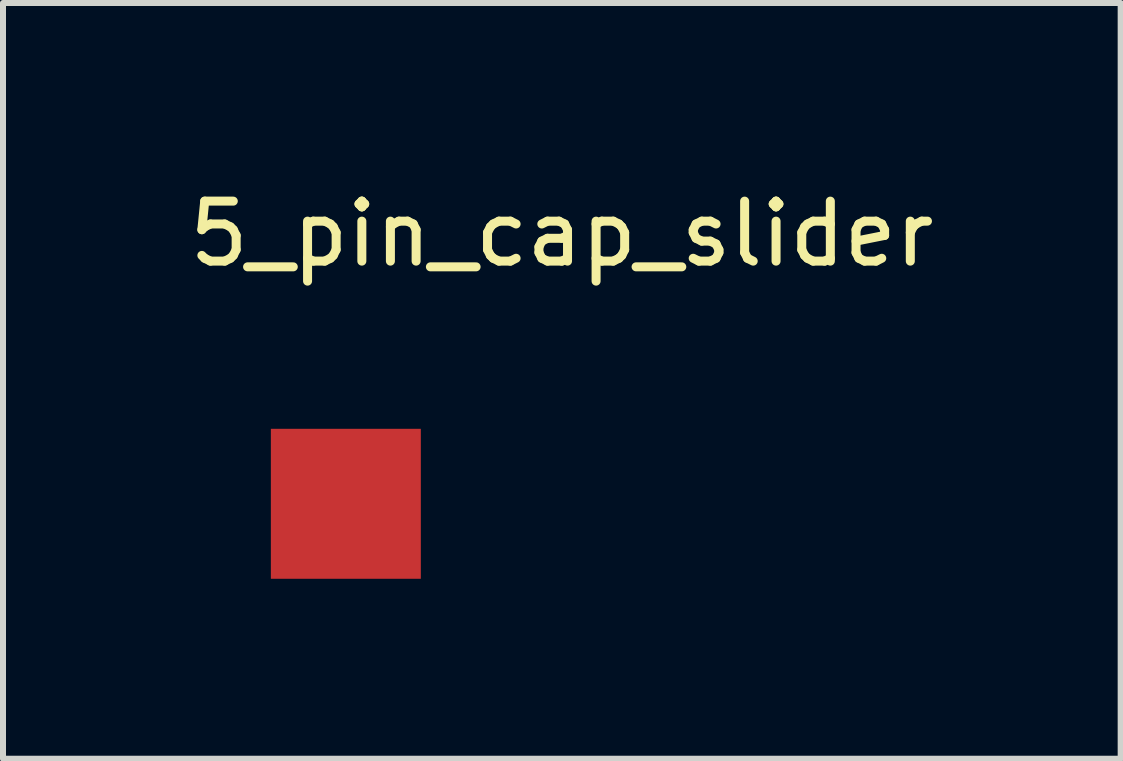
<source format=kicad_pcb>
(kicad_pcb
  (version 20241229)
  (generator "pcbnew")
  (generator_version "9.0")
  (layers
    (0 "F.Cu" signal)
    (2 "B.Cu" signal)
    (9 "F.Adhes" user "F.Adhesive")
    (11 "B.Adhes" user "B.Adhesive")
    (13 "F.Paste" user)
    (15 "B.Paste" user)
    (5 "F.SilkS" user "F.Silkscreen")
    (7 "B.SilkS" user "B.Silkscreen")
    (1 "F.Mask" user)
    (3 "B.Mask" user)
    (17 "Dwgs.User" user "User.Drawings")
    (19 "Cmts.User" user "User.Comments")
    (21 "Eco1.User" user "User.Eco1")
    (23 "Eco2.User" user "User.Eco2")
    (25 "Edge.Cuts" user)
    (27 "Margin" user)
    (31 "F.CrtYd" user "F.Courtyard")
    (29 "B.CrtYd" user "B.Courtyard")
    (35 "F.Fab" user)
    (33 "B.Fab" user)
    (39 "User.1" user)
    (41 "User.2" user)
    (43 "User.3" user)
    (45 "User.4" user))
  (footprint "5_pin_cap_slider"
    (layer "F.Cu")
    (at 6.315 2.748)
    (property "Reference" "5_pin_cap_slider" (at 0 -1.9 0) (layer "F.SilkS") (effects (font (size 1 1) (thickness 0.15))))
    (attr through_hole)
    (pad "1" smd rect (at -3.6 2.6 180) (size 2.5 2.5) (layers "F.Cu" "F.Mask" "F.Paste")))
  (gr_rect
    (start -3 -3)
    (end 15.631 9.598)
    (stroke (width 0.1) (type default))
    (fill no)
    (layer "Edge.Cuts")))
</source>
